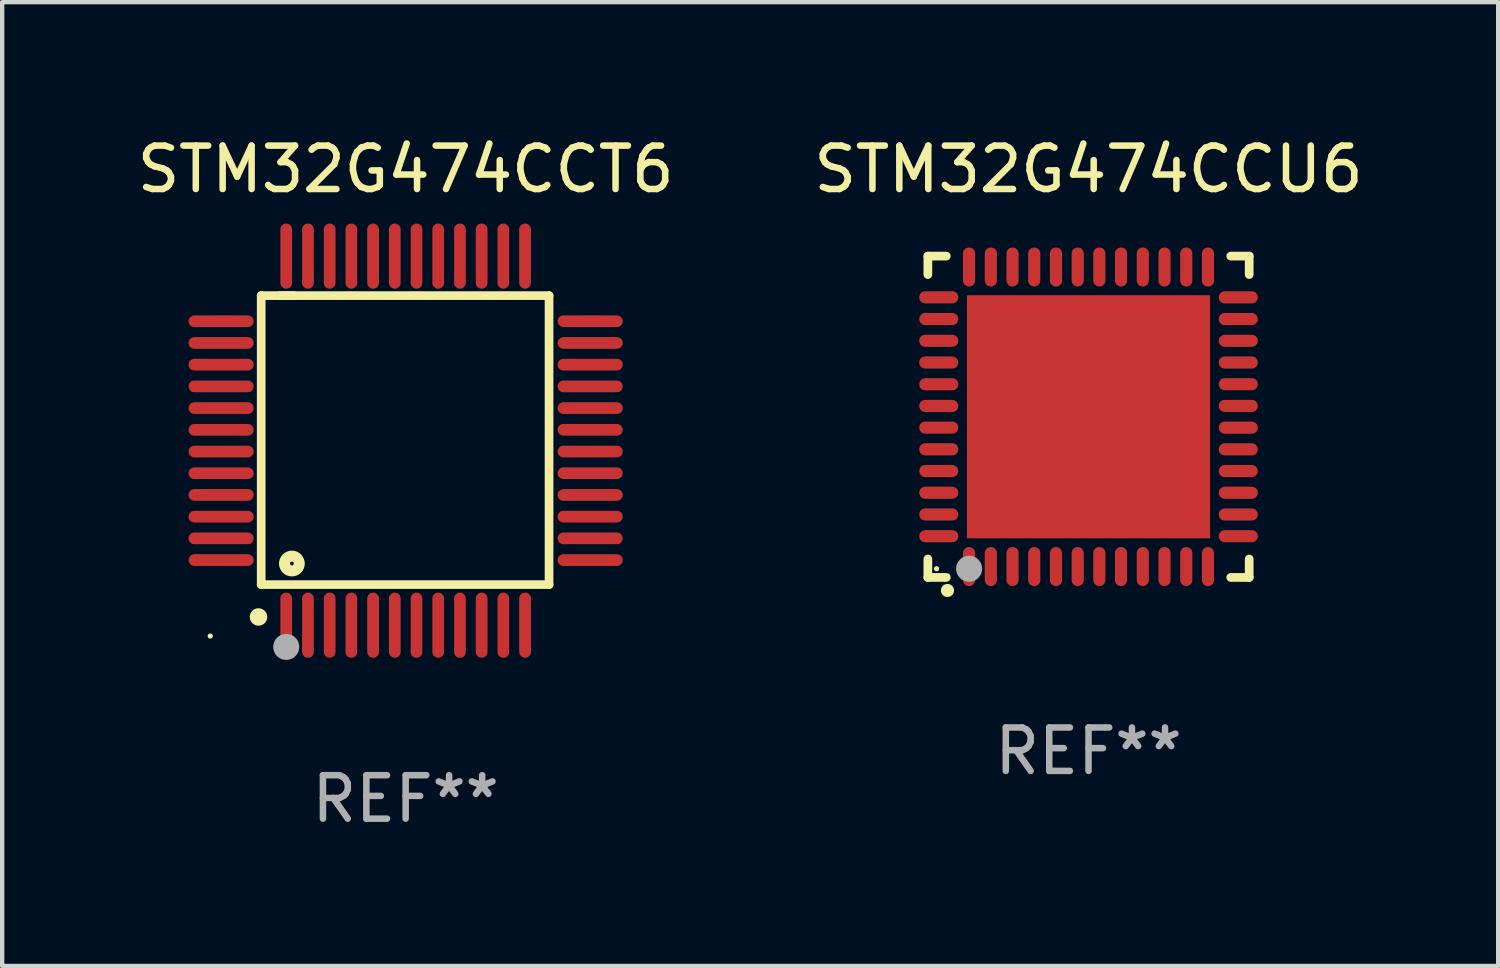
<source format=kicad_pcb>
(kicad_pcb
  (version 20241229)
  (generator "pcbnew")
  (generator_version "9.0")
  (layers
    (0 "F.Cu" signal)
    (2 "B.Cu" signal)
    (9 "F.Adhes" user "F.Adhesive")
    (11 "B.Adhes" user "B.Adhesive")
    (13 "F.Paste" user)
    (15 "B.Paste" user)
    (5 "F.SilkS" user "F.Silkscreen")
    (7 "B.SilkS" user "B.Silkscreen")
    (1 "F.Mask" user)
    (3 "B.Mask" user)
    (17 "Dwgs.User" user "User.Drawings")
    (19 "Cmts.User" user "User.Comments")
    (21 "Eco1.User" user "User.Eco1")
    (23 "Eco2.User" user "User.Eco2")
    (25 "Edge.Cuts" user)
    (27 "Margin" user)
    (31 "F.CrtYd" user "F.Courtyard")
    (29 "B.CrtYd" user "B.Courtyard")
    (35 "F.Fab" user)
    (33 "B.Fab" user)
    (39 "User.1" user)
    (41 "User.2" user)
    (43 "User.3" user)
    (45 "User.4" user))
  (footprint "STM32G474CCU6"
    (layer "F.Cu")
    (at 22.018 6.548)
    (property "Reference" "STM32G474CCU6" (at 0 -5.7 0) (layer "F.SilkS") (effects (font (size 1 1) (thickness 0.15))))
    (attr through_hole)
    (fp_line (start -3.7 -3.7) (end -3.275 -3.7) (stroke (width 0.2) (type solid)) (layer "F.SilkS"))
    (fp_line (start -3.7 -3.275) (end -3.7 -3.7) (stroke (width 0.2) (type solid)) (layer "F.SilkS"))
    (fp_line (start -3.7 3.7) (end -3.7 3.275) (stroke (width 0.2) (type solid)) (layer "F.SilkS"))
    (fp_line (start -3.275 3.7) (end -3.7 3.7) (stroke (width 0.2) (type solid)) (layer "F.SilkS"))
    (fp_line (start 3.7 -3.7) (end 3.275 -3.7) (stroke (width 0.2) (type solid)) (layer "F.SilkS"))
    (fp_line (start 3.7 -3.275) (end 3.7 -3.7) (stroke (width 0.2) (type solid)) (layer "F.SilkS"))
    (fp_line (start 3.7 3.275) (end 3.7 3.7) (stroke (width 0.2) (type solid)) (layer "F.SilkS"))
    (fp_line (start 3.7 3.7) (end 3.275 3.7) (stroke (width 0.2) (type solid)) (layer "F.SilkS"))
    (fp_arc (start -3.249936 3.999975) (mid -3.248666 3.99997) (end -3.247396 3.999975) (stroke (width 0.3) (type solid)) (layer "F.SilkS"))
    (fp_circle (center -3.5 3.5) (end -3.47 3.5) (stroke (width 0.06) (type solid)) (fill no) (layer "F.SilkS"))
    (fp_circle (center -2.75 3.5) (end -2.6 3.5) (stroke (width 0.3) (type solid)) (fill no) (layer "F.Fab"))
    (fp_text user "REF**" (at 0 7.7 0) (layer "F.Fab") (effects (font (size 1 1) (thickness 0.15))))
    (pad "1" smd oval (at -2.751 3.449) (size 0.28 0.9) (layers "F.Cu" "F.Mask" "F.Paste"))
    (pad "2" smd oval (at -2.25 3.449) (size 0.28 0.9) (layers "F.Cu" "F.Mask" "F.Paste"))
    (pad "3" smd oval (at -1.75 3.449) (size 0.28 0.9) (layers "F.Cu" "F.Mask" "F.Paste"))
    (pad "4" smd oval (at -1.25 3.449) (size 0.28 0.9) (layers "F.Cu" "F.Mask" "F.Paste"))
    (pad "5" smd oval (at -0.749 3.449) (size 0.28 0.9) (layers "F.Cu" "F.Mask" "F.Paste"))
    (pad "6" smd oval (at -0.249 3.449) (size 0.28 0.9) (layers "F.Cu" "F.Mask" "F.Paste"))
    (pad "7" smd oval (at 0.249 3.449) (size 0.28 0.9) (layers "F.Cu" "F.Mask" "F.Paste"))
    (pad "8" smd oval (at 0.749 3.449) (size 0.28 0.9) (layers "F.Cu" "F.Mask" "F.Paste"))
    (pad "9" smd oval (at 1.25 3.449) (size 0.28 0.9) (layers "F.Cu" "F.Mask" "F.Paste"))
    (pad "10" smd oval (at 1.75 3.449) (size 0.28 0.9) (layers "F.Cu" "F.Mask" "F.Paste"))
    (pad "11" smd oval (at 2.251 3.449) (size 0.28 0.9) (layers "F.Cu" "F.Mask" "F.Paste"))
    (pad "12" smd oval (at 2.751 3.449) (size 0.28 0.9) (layers "F.Cu" "F.Mask" "F.Paste"))
    (pad "13" smd oval (at 3.449 2.75) (size 0.9 0.28) (layers "F.Cu" "F.Mask" "F.Paste"))
    (pad "14" smd oval (at 3.449 2.25) (size 0.9 0.28) (layers "F.Cu" "F.Mask" "F.Paste"))
    (pad "15" smd oval (at 3.449 1.75) (size 0.9 0.28) (layers "F.Cu" "F.Mask" "F.Paste"))
    (pad "16" smd oval (at 3.449 1.25) (size 0.9 0.28) (layers "F.Cu" "F.Mask" "F.Paste"))
    (pad "17" smd oval (at 3.449 0.75) (size 0.9 0.28) (layers "F.Cu" "F.Mask" "F.Paste"))
    (pad "18" smd oval (at 3.449 0.25) (size 0.9 0.28) (layers "F.Cu" "F.Mask" "F.Paste"))
    (pad "19" smd oval (at 3.449 -0.25) (size 0.9 0.28) (layers "F.Cu" "F.Mask" "F.Paste"))
    (pad "20" smd oval (at 3.449 -0.75) (size 0.9 0.28) (layers "F.Cu" "F.Mask" "F.Paste"))
    (pad "21" smd oval (at 3.449 -1.25) (size 0.9 0.28) (layers "F.Cu" "F.Mask" "F.Paste"))
    (pad "22" smd oval (at 3.449 -1.75) (size 0.9 0.28) (layers "F.Cu" "F.Mask" "F.Paste"))
    (pad "23" smd oval (at 3.449 -2.25) (size 0.9 0.28) (layers "F.Cu" "F.Mask" "F.Paste"))
    (pad "24" smd oval (at 3.449 -2.75) (size 0.9 0.28) (layers "F.Cu" "F.Mask" "F.Paste"))
    (pad "25" smd oval (at 2.751 -3.449) (size 0.28 0.9) (layers "F.Cu" "F.Mask" "F.Paste"))
    (pad "26" smd oval (at 2.251 -3.449) (size 0.28 0.9) (layers "F.Cu" "F.Mask" "F.Paste"))
    (pad "27" smd oval (at 1.75 -3.449) (size 0.28 0.9) (layers "F.Cu" "F.Mask" "F.Paste"))
    (pad "28" smd oval (at 1.25 -3.449) (size 0.28 0.9) (layers "F.Cu" "F.Mask" "F.Paste"))
    (pad "29" smd oval (at 0.749 -3.449) (size 0.28 0.9) (layers "F.Cu" "F.Mask" "F.Paste"))
    (pad "30" smd oval (at 0.249 -3.449) (size 0.28 0.9) (layers "F.Cu" "F.Mask" "F.Paste"))
    (pad "31" smd oval (at -0.249 -3.449) (size 0.28 0.9) (layers "F.Cu" "F.Mask" "F.Paste"))
    (pad "32" smd oval (at -0.749 -3.449) (size 0.28 0.9) (layers "F.Cu" "F.Mask" "F.Paste"))
    (pad "33" smd oval (at -1.25 -3.449) (size 0.28 0.9) (layers "F.Cu" "F.Mask" "F.Paste"))
    (pad "34" smd oval (at -1.75 -3.449) (size 0.28 0.9) (layers "F.Cu" "F.Mask" "F.Paste"))
    (pad "35" smd oval (at -2.25 -3.449) (size 0.28 0.9) (layers "F.Cu" "F.Mask" "F.Paste"))
    (pad "36" smd oval (at -2.751 -3.449) (size 0.28 0.9) (layers "F.Cu" "F.Mask" "F.Paste"))
    (pad "37" smd oval (at -3.449 -2.751) (size 0.9 0.28) (layers "F.Cu" "F.Mask" "F.Paste"))
    (pad "38" smd oval (at -3.449 -2.25) (size 0.9 0.28) (layers "F.Cu" "F.Mask" "F.Paste"))
    (pad "39" smd oval (at -3.449 -1.75) (size 0.9 0.28) (layers "F.Cu" "F.Mask" "F.Paste"))
    (pad "40" smd oval (at -3.449 -1.25) (size 0.9 0.28) (layers "F.Cu" "F.Mask" "F.Paste"))
    (pad "41" smd oval (at -3.449 -0.749) (size 0.9 0.28) (layers "F.Cu" "F.Mask" "F.Paste"))
    (pad "42" smd oval (at -3.449 -0.249) (size 0.9 0.28) (layers "F.Cu" "F.Mask" "F.Paste"))
    (pad "43" smd oval (at -3.449 0.249) (size 0.9 0.28) (layers "F.Cu" "F.Mask" "F.Paste"))
    (pad "44" smd oval (at -3.449 0.749) (size 0.9 0.28) (layers "F.Cu" "F.Mask" "F.Paste"))
    (pad "45" smd oval (at -3.449 1.25) (size 0.9 0.28) (layers "F.Cu" "F.Mask" "F.Paste"))
    (pad "46" smd oval (at -3.449 1.75) (size 0.9 0.28) (layers "F.Cu" "F.Mask" "F.Paste"))
    (pad "47" smd oval (at -3.449 2.25) (size 0.9 0.28) (layers "F.Cu" "F.Mask" "F.Paste"))
    (pad "48" smd oval (at -3.449 2.751) (size 0.9 0.28) (layers "F.Cu" "F.Mask" "F.Paste"))
    (pad "49" smd rect (at 0.000076 -0.000025) (size 5.6 5.6) (layers "F.Cu" "F.Mask" "F.Paste")))
  (footprint "STM32G474CCT6"
    (layer "F.Cu")
    (at 6.292 7.098)
    (property "Reference" "STM32G474CCT6" (at 0 -6.25 0) (layer "F.SilkS") (effects (font (size 1 1) (thickness 0.15))))
    (attr through_hole)
    (fp_line (start -3.327 -3.34) (end -2.565 -3.34) (stroke (width 0.2) (type solid)) (layer "F.SilkS"))
    (fp_line (start -3.327 3.315) (end -3.327 -3.34) (stroke (width 0.2) (type solid)) (layer "F.SilkS"))
    (fp_line (start -2.896 -3.34) (end 3.302 -3.34) (stroke (width 0.2) (type solid)) (layer "F.SilkS"))
    (fp_line (start 3.302 -3.34) (end 3.302 3.315) (stroke (width 0.2) (type solid)) (layer "F.SilkS"))
    (fp_line (start 3.302 3.315) (end -3.327 3.315) (stroke (width 0.2) (type solid)) (layer "F.SilkS"))
    (fp_arc (start -3.389992 4.059995) (mid -3.388722 4.059991) (end -3.387452 4.059995) (stroke (width 0.4) (type solid)) (layer "F.SilkS"))
    (fp_circle (center -4.5 4.5) (end -4.47 4.5) (stroke (width 0.06) (type solid)) (fill no) (layer "F.SilkS"))
    (fp_circle (center -2.62 2.83) (end -2.45 2.83) (stroke (width 0.254) (type solid)) (fill no) (layer "F.SilkS"))
    (fp_circle (center -2.75 4.75) (end -2.6 4.75) (stroke (width 0.3) (type solid)) (fill no) (layer "F.Fab"))
    (fp_text user "REF**" (at 0 8.25 0) (layer "F.Fab") (effects (font (size 1 1) (thickness 0.15))))
    (pad "1" smd oval (at -2.75 4.25) (size 0.27 1.5) (layers "F.Cu" "F.Mask" "F.Paste"))
    (pad "2" smd oval (at -2.25 4.25) (size 0.27 1.5) (layers "F.Cu" "F.Mask" "F.Paste"))
    (pad "3" smd oval (at -1.75 4.25) (size 0.27 1.5) (layers "F.Cu" "F.Mask" "F.Paste"))
    (pad "4" smd oval (at -1.25 4.25) (size 0.27 1.5) (layers "F.Cu" "F.Mask" "F.Paste"))
    (pad "5" smd oval (at -0.75 4.25) (size 0.27 1.5) (layers "F.Cu" "F.Mask" "F.Paste"))
    (pad "6" smd oval (at -0.25 4.25) (size 0.27 1.5) (layers "F.Cu" "F.Mask" "F.Paste"))
    (pad "7" smd oval (at 0.25 4.25) (size 0.27 1.5) (layers "F.Cu" "F.Mask" "F.Paste"))
    (pad "8" smd oval (at 0.75 4.25) (size 0.27 1.5) (layers "F.Cu" "F.Mask" "F.Paste"))
    (pad "9" smd oval (at 1.25 4.25) (size 0.27 1.5) (layers "F.Cu" "F.Mask" "F.Paste"))
    (pad "10" smd oval (at 1.75 4.25) (size 0.27 1.5) (layers "F.Cu" "F.Mask" "F.Paste"))
    (pad "11" smd oval (at 2.25 4.25) (size 0.27 1.5) (layers "F.Cu" "F.Mask" "F.Paste"))
    (pad "12" smd oval (at 2.75 4.25) (size 0.27 1.5) (layers "F.Cu" "F.Mask" "F.Paste"))
    (pad "13" smd oval (at 4.25 2.75) (size 1.5 0.27) (layers "F.Cu" "F.Mask" "F.Paste"))
    (pad "14" smd oval (at 4.25 2.25) (size 1.5 0.27) (layers "F.Cu" "F.Mask" "F.Paste"))
    (pad "15" smd oval (at 4.25 1.75) (size 1.5 0.27) (layers "F.Cu" "F.Mask" "F.Paste"))
    (pad "16" smd oval (at 4.25 1.25) (size 1.5 0.27) (layers "F.Cu" "F.Mask" "F.Paste"))
    (pad "17" smd oval (at 4.25 0.75) (size 1.5 0.27) (layers "F.Cu" "F.Mask" "F.Paste"))
    (pad "18" smd oval (at 4.25 0.25) (size 1.5 0.27) (layers "F.Cu" "F.Mask" "F.Paste"))
    (pad "19" smd oval (at 4.25 -0.25) (size 1.5 0.27) (layers "F.Cu" "F.Mask" "F.Paste"))
    (pad "20" smd oval (at 4.25 -0.75) (size 1.5 0.27) (layers "F.Cu" "F.Mask" "F.Paste"))
    (pad "21" smd oval (at 4.25 -1.25) (size 1.5 0.27) (layers "F.Cu" "F.Mask" "F.Paste"))
    (pad "22" smd oval (at 4.25 -1.75) (size 1.5 0.27) (layers "F.Cu" "F.Mask" "F.Paste"))
    (pad "23" smd oval (at 4.25 -2.25) (size 1.5 0.27) (layers "F.Cu" "F.Mask" "F.Paste"))
    (pad "24" smd oval (at 4.25 -2.75) (size 1.5 0.27) (layers "F.Cu" "F.Mask" "F.Paste"))
    (pad "25" smd oval (at 2.75 -4.25) (size 0.27 1.5) (layers "F.Cu" "F.Mask" "F.Paste"))
    (pad "26" smd oval (at 2.25 -4.25) (size 0.27 1.5) (layers "F.Cu" "F.Mask" "F.Paste"))
    (pad "27" smd oval (at 1.75 -4.25) (size 0.27 1.5) (layers "F.Cu" "F.Mask" "F.Paste"))
    (pad "28" smd oval (at 1.25 -4.25) (size 0.27 1.5) (layers "F.Cu" "F.Mask" "F.Paste"))
    (pad "29" smd oval (at 0.75 -4.25) (size 0.27 1.5) (layers "F.Cu" "F.Mask" "F.Paste"))
    (pad "30" smd oval (at 0.25 -4.25) (size 0.27 1.5) (layers "F.Cu" "F.Mask" "F.Paste"))
    (pad "31" smd oval (at -0.25 -4.25) (size 0.27 1.5) (layers "F.Cu" "F.Mask" "F.Paste"))
    (pad "32" smd oval (at -0.75 -4.25) (size 0.27 1.5) (layers "F.Cu" "F.Mask" "F.Paste"))
    (pad "33" smd oval (at -1.25 -4.25) (size 0.27 1.5) (layers "F.Cu" "F.Mask" "F.Paste"))
    (pad "34" smd oval (at -1.75 -4.25) (size 0.27 1.5) (layers "F.Cu" "F.Mask" "F.Paste"))
    (pad "35" smd oval (at -2.25 -4.25) (size 0.27 1.5) (layers "F.Cu" "F.Mask" "F.Paste"))
    (pad "36" smd oval (at -2.75 -4.25) (size 0.27 1.5) (layers "F.Cu" "F.Mask" "F.Paste"))
    (pad "37" smd oval (at -4.25 -2.75) (size 1.5 0.27) (layers "F.Cu" "F.Mask" "F.Paste"))
    (pad "38" smd oval (at -4.25 -2.25) (size 1.5 0.27) (layers "F.Cu" "F.Mask" "F.Paste"))
    (pad "39" smd oval (at -4.25 -1.75) (size 1.5 0.27) (layers "F.Cu" "F.Mask" "F.Paste"))
    (pad "40" smd oval (at -4.25 -1.25) (size 1.5 0.27) (layers "F.Cu" "F.Mask" "F.Paste"))
    (pad "41" smd oval (at -4.25 -0.75) (size 1.5 0.27) (layers "F.Cu" "F.Mask" "F.Paste"))
    (pad "42" smd oval (at -4.25 -0.25) (size 1.5 0.27) (layers "F.Cu" "F.Mask" "F.Paste"))
    (pad "43" smd oval (at -4.25 0.25) (size 1.5 0.27) (layers "F.Cu" "F.Mask" "F.Paste"))
    (pad "44" smd oval (at -4.25 0.75) (size 1.5 0.27) (layers "F.Cu" "F.Mask" "F.Paste"))
    (pad "45" smd oval (at -4.25 1.25) (size 1.5 0.27) (layers "F.Cu" "F.Mask" "F.Paste"))
    (pad "46" smd oval (at -4.25 1.75) (size 1.5 0.27) (layers "F.Cu" "F.Mask" "F.Paste"))
    (pad "47" smd oval (at -4.25 2.25) (size 1.5 0.27) (layers "F.Cu" "F.Mask" "F.Paste"))
    (pad "48" smd oval (at -4.25 2.75) (size 1.5 0.27) (layers "F.Cu" "F.Mask" "F.Paste")))
  (gr_rect
    (start -3 -3)
    (end 31.452 19.196)
    (stroke (width 0.1) (type default))
    (fill no)
    (layer "Edge.Cuts")))
</source>
